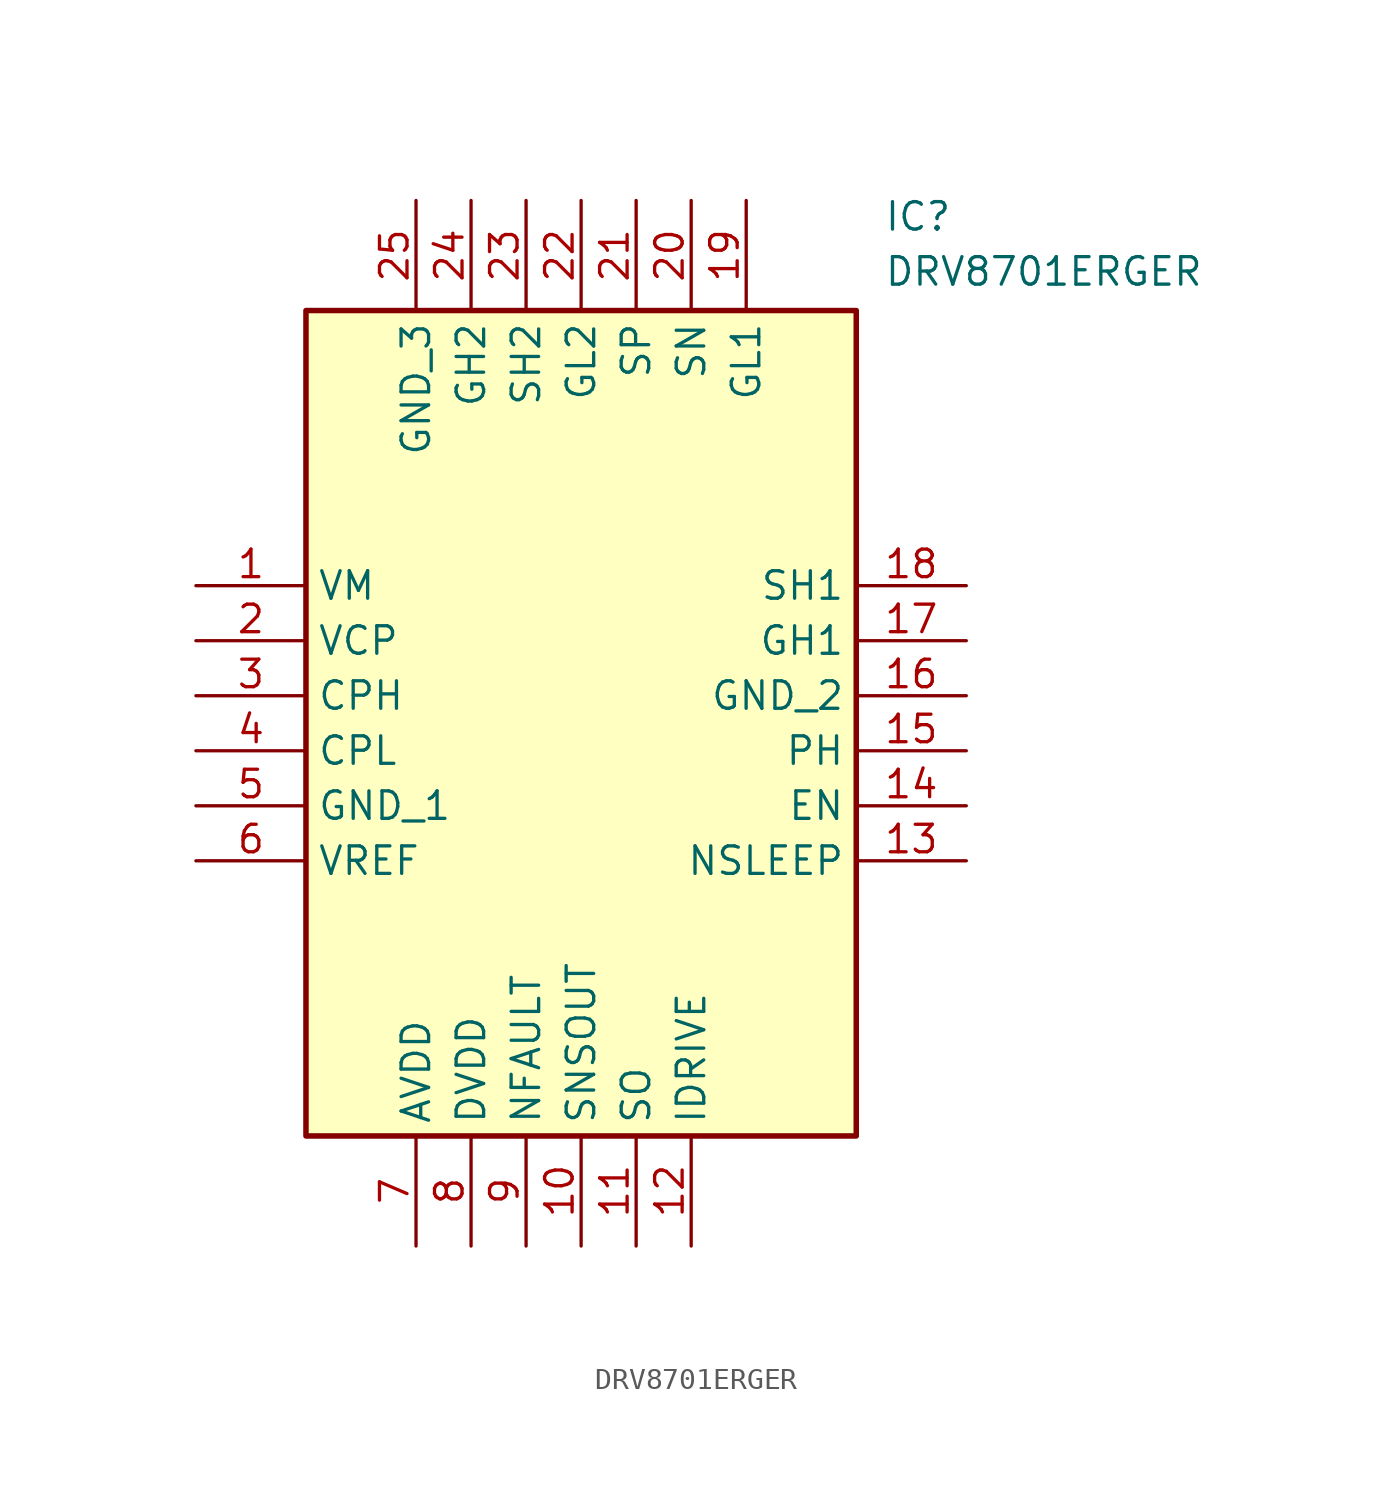
<source format=kicad_sym>
(kicad_symbol_lib
  (version 20211014)
  (generator SamacSys_ECAD_Model)
  (symbol "DRV8701ERGER"
    (property "Reference" "IC"
      (at 31.75 17.78 0)
      (effects (font (size 1.27 1.27)) (justify left top)))
    (property "Value" "DRV8701ERGER"
      (at 31.75 15.24 0)
      (effects (font (size 1.27 1.27)) (justify left top)))
    (rectangle
      (start 5.08 12.7)
      (end 30.48 -25.4)
      (stroke (width 0.254) (type default))
      (fill (type background)))
    (pin passive line
      (at 0 0 0)
      (length 5.08)
      (name "VM" (effects (font (size 1.27 1.27))))
      (number "1" (effects (font (size 1.27 1.27)))))
    (pin passive line
      (at 0 -2.54 0)
      (length 5.08)
      (name "VCP" (effects (font (size 1.27 1.27))))
      (number "2" (effects (font (size 1.27 1.27)))))
    (pin passive line
      (at 0 -5.08 0)
      (length 5.08)
      (name "CPH" (effects (font (size 1.27 1.27))))
      (number "3" (effects (font (size 1.27 1.27)))))
    (pin passive line
      (at 0 -7.62 0)
      (length 5.08)
      (name "CPL" (effects (font (size 1.27 1.27))))
      (number "4" (effects (font (size 1.27 1.27)))))
    (pin passive line
      (at 0 -10.16 0)
      (length 5.08)
      (name "GND_1" (effects (font (size 1.27 1.27))))
      (number "5" (effects (font (size 1.27 1.27)))))
    (pin passive line
      (at 0 -12.7 0)
      (length 5.08)
      (name "VREF" (effects (font (size 1.27 1.27))))
      (number "6" (effects (font (size 1.27 1.27)))))
    (pin passive line
      (at 10.16 -30.48 90)
      (length 5.08)
      (name "AVDD" (effects (font (size 1.27 1.27))))
      (number "7" (effects (font (size 1.27 1.27)))))
    (pin passive line
      (at 12.7 -30.48 90)
      (length 5.08)
      (name "DVDD" (effects (font (size 1.27 1.27))))
      (number "8" (effects (font (size 1.27 1.27)))))
    (pin passive line
      (at 15.24 -30.48 90)
      (length 5.08)
      (name "NFAULT" (effects (font (size 1.27 1.27))))
      (number "9" (effects (font (size 1.27 1.27)))))
    (pin passive line
      (at 17.78 -30.48 90)
      (length 5.08)
      (name "SNSOUT" (effects (font (size 1.27 1.27))))
      (number "10" (effects (font (size 1.27 1.27)))))
    (pin passive line
      (at 20.32 -30.48 90)
      (length 5.08)
      (name "SO" (effects (font (size 1.27 1.27))))
      (number "11" (effects (font (size 1.27 1.27)))))
    (pin passive line
      (at 22.86 -30.48 90)
      (length 5.08)
      (name "IDRIVE" (effects (font (size 1.27 1.27))))
      (number "12" (effects (font (size 1.27 1.27)))))
    (pin passive line
      (at 35.56 0 180)
      (length 5.08)
      (name "SH1" (effects (font (size 1.27 1.27))))
      (number "18" (effects (font (size 1.27 1.27)))))
    (pin passive line
      (at 35.56 -2.54 180)
      (length 5.08)
      (name "GH1" (effects (font (size 1.27 1.27))))
      (number "17" (effects (font (size 1.27 1.27)))))
    (pin passive line
      (at 35.56 -5.08 180)
      (length 5.08)
      (name "GND_2" (effects (font (size 1.27 1.27))))
      (number "16" (effects (font (size 1.27 1.27)))))
    (pin passive line
      (at 35.56 -7.62 180)
      (length 5.08)
      (name "PH" (effects (font (size 1.27 1.27))))
      (number "15" (effects (font (size 1.27 1.27)))))
    (pin passive line
      (at 35.56 -10.16 180)
      (length 5.08)
      (name "EN" (effects (font (size 1.27 1.27))))
      (number "14" (effects (font (size 1.27 1.27)))))
    (pin passive line
      (at 35.56 -12.7 180)
      (length 5.08)
      (name "NSLEEP" (effects (font (size 1.27 1.27))))
      (number "13" (effects (font (size 1.27 1.27)))))
    (pin passive line
      (at 10.16 17.78 270)
      (length 5.08)
      (name "GND_3" (effects (font (size 1.27 1.27))))
      (number "25" (effects (font (size 1.27 1.27)))))
    (pin passive line
      (at 12.7 17.78 270)
      (length 5.08)
      (name "GH2" (effects (font (size 1.27 1.27))))
      (number "24" (effects (font (size 1.27 1.27)))))
    (pin passive line
      (at 15.24 17.78 270)
      (length 5.08)
      (name "SH2" (effects (font (size 1.27 1.27))))
      (number "23" (effects (font (size 1.27 1.27)))))
    (pin passive line
      (at 17.78 17.78 270)
      (length 5.08)
      (name "GL2" (effects (font (size 1.27 1.27))))
      (number "22" (effects (font (size 1.27 1.27)))))
    (pin passive line
      (at 20.32 17.78 270)
      (length 5.08)
      (name "SP" (effects (font (size 1.27 1.27))))
      (number "21" (effects (font (size 1.27 1.27)))))
    (pin passive line
      (at 22.86 17.78 270)
      (length 5.08)
      (name "SN" (effects (font (size 1.27 1.27))))
      (number "20" (effects (font (size 1.27 1.27)))))
    (pin passive line
      (at 25.4 17.78 270)
      (length 5.08)
      (name "GL1" (effects (font (size 1.27 1.27))))
      (number "19" (effects (font (size 1.27 1.27)))))))
</source>
